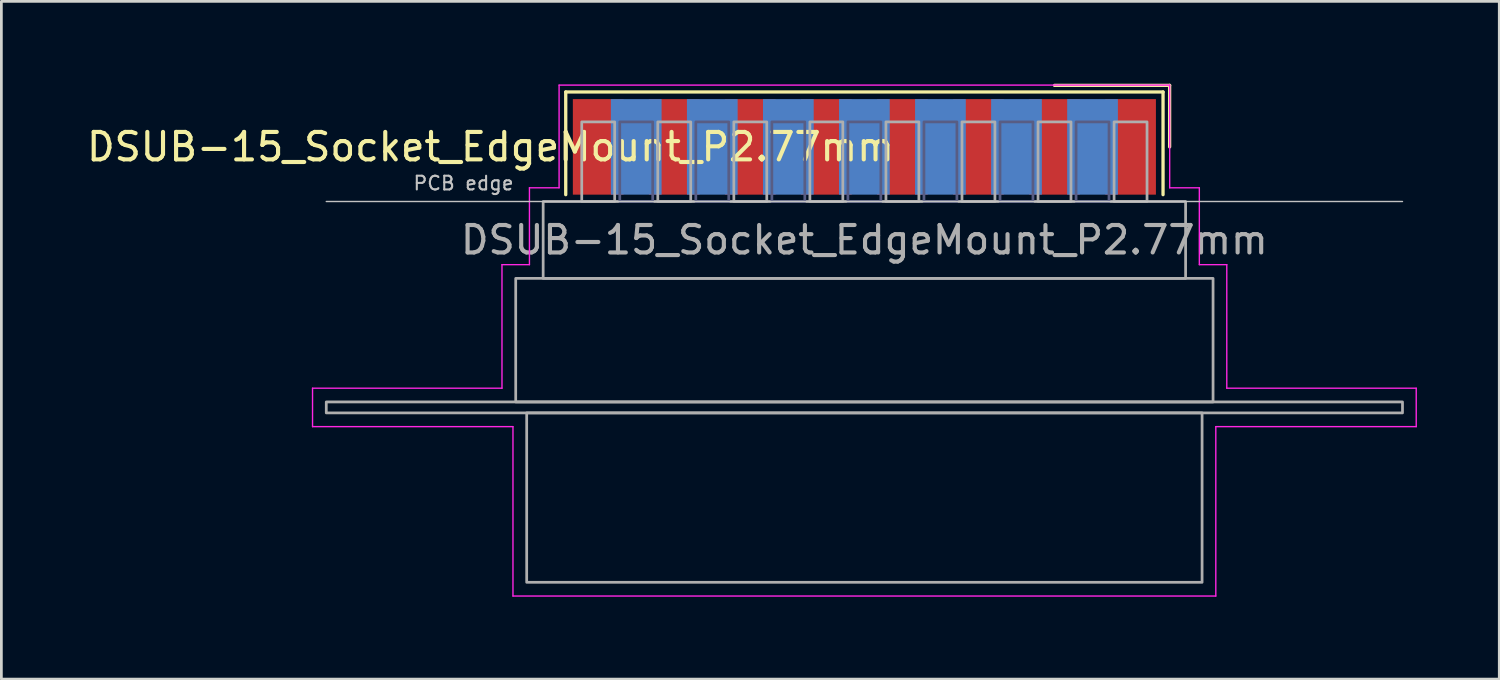
<source format=kicad_pcb>
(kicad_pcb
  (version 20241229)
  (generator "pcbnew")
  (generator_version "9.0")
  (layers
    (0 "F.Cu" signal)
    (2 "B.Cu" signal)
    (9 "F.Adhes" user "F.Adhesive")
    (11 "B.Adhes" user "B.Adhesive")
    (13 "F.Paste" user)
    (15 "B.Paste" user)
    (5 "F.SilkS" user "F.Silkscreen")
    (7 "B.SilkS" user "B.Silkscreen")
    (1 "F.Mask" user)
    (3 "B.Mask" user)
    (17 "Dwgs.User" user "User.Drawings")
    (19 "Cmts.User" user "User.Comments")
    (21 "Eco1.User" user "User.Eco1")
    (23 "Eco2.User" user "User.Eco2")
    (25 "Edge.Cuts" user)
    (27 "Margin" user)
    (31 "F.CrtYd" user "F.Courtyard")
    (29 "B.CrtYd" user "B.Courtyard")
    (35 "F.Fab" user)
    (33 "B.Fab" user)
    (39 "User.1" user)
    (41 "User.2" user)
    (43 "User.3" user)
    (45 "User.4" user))
  (footprint "DSUB-15_Socket_EdgeMount_P2.77mm"
    (layer "F.Cu")
    (at 28.434 2.3)
    (property "Reference" "DSUB-15_Socket_EdgeMount_P2.77mm" (at -13.618 0 0) (layer "F.SilkS") (effects (font (size 1 1) (thickness 0.15))))
    (attr smd)
    (fp_line (start -10.878 -2) (end -10.878 1.74) (stroke (width 0.12) (type solid)) (layer "F.SilkS"))
    (fp_line (start 10.878 -2) (end -10.878 -2) (stroke (width 0.12) (type solid)) (layer "F.SilkS"))
    (fp_line (start 10.878 1.74) (end 10.878 -2) (stroke (width 0.12) (type solid)) (layer "F.SilkS"))
    (fp_line (start 11.118 -2.24) (end 6.925 -2.24) (stroke (width 0.12) (type solid)) (layer "F.SilkS"))
    (fp_line (start 11.118 0) (end 11.118 -2.24) (stroke (width 0.12) (type solid)) (layer "F.SilkS"))
    (fp_line (start -19.6 1.99) (end 19.6 1.99) (stroke (width 0.05) (type solid)) (layer "Dwgs.User"))
    (fp_line (start -20.1 8.79) (end -13.2 8.79) (stroke (width 0.05) (type solid)) (layer "F.CrtYd"))
    (fp_line (start -20.1 10.19) (end -20.1 8.79) (stroke (width 0.05) (type solid)) (layer "F.CrtYd"))
    (fp_line (start -13.2 4.29) (end -12.2 4.29) (stroke (width 0.05) (type solid)) (layer "F.CrtYd"))
    (fp_line (start -13.2 8.79) (end -13.2 4.29) (stroke (width 0.05) (type solid)) (layer "F.CrtYd"))
    (fp_line (start -12.8 10.19) (end -20.1 10.19) (stroke (width 0.05) (type solid)) (layer "F.CrtYd"))
    (fp_line (start -12.8 16.36) (end -12.8 10.19) (stroke (width 0.05) (type solid)) (layer "F.CrtYd"))
    (fp_line (start -12.2 1.49) (end -11.12 1.49) (stroke (width 0.05) (type solid)) (layer "F.CrtYd"))
    (fp_line (start -12.2 4.29) (end -12.2 1.49) (stroke (width 0.05) (type solid)) (layer "F.CrtYd"))
    (fp_line (start -11.12 -2.25) (end 11.12 -2.25) (stroke (width 0.05) (type solid)) (layer "F.CrtYd"))
    (fp_line (start -11.12 1.49) (end -11.12 -2.25) (stroke (width 0.05) (type solid)) (layer "F.CrtYd"))
    (fp_line (start 11.12 -2.25) (end 11.12 1.49) (stroke (width 0.05) (type solid)) (layer "F.CrtYd"))
    (fp_line (start 11.12 1.49) (end 12.2 1.49) (stroke (width 0.05) (type solid)) (layer "F.CrtYd"))
    (fp_line (start 12.2 1.49) (end 12.2 4.29) (stroke (width 0.05) (type solid)) (layer "F.CrtYd"))
    (fp_line (start 12.2 4.29) (end 13.2 4.29) (stroke (width 0.05) (type solid)) (layer "F.CrtYd"))
    (fp_line (start 12.8 10.19) (end 12.8 16.36) (stroke (width 0.05) (type solid)) (layer "F.CrtYd"))
    (fp_line (start 12.8 16.36) (end -12.8 16.36) (stroke (width 0.05) (type solid)) (layer "F.CrtYd"))
    (fp_line (start 13.2 4.29) (end 13.2 8.79) (stroke (width 0.05) (type solid)) (layer "F.CrtYd"))
    (fp_line (start 13.2 8.79) (end 20.1 8.79) (stroke (width 0.05) (type solid)) (layer "F.CrtYd"))
    (fp_line (start 20.1 8.79) (end 20.1 10.19) (stroke (width 0.05) (type solid)) (layer "F.CrtYd"))
    (fp_line (start 20.1 10.19) (end 12.8 10.19) (stroke (width 0.05) (type solid)) (layer "F.CrtYd"))
    (fp_rect (start -8.91 -0.91) (end -7.71 1.99) (stroke (width 0.1) (type solid)) (fill no) (layer "B.Fab"))
    (fp_rect (start -6.14 -0.91) (end -4.94 1.99) (stroke (width 0.1) (type solid)) (fill no) (layer "B.Fab"))
    (fp_rect (start -3.37 -0.91) (end -2.17 1.99) (stroke (width 0.1) (type solid)) (fill no) (layer "B.Fab"))
    (fp_rect (start -0.6 -0.91) (end 0.6 1.99) (stroke (width 0.1) (type solid)) (fill no) (layer "B.Fab"))
    (fp_rect (start 2.17 -0.91) (end 3.37 1.99) (stroke (width 0.1) (type solid)) (fill no) (layer "B.Fab"))
    (fp_rect (start 4.94 -0.91) (end 6.14 1.99) (stroke (width 0.1) (type solid)) (fill no) (layer "B.Fab"))
    (fp_rect (start 7.71 -0.91) (end 8.91 1.99) (stroke (width 0.1) (type solid)) (fill no) (layer "B.Fab"))
    (fp_rect (start -19.6 9.29) (end 19.6 9.69) (stroke (width 0.1) (type solid)) (fill no) (layer "F.Fab"))
    (fp_rect (start -12.7 4.79) (end 12.7 9.29) (stroke (width 0.1) (type solid)) (fill no) (layer "F.Fab"))
    (fp_rect (start -12.3 9.69) (end 12.3 15.86) (stroke (width 0.1) (type solid)) (fill no) (layer "F.Fab"))
    (fp_rect (start -11.7 1.99) (end 11.7 4.79) (stroke (width 0.1) (type solid)) (fill no) (layer "F.Fab"))
    (fp_rect (start -10.295 -0.91) (end -9.095 1.99) (stroke (width 0.1) (type solid)) (fill no) (layer "F.Fab"))
    (fp_rect (start -7.525 -0.91) (end -6.325 1.99) (stroke (width 0.1) (type solid)) (fill no) (layer "F.Fab"))
    (fp_rect (start -4.755 -0.91) (end -3.555 1.99) (stroke (width 0.1) (type solid)) (fill no) (layer "F.Fab"))
    (fp_rect (start -1.985 -0.91) (end -0.785 1.99) (stroke (width 0.1) (type solid)) (fill no) (layer "F.Fab"))
    (fp_rect (start 0.785 -0.91) (end 1.985 1.99) (stroke (width 0.1) (type solid)) (fill no) (layer "F.Fab"))
    (fp_rect (start 3.555 -0.91) (end 4.755 1.99) (stroke (width 0.1) (type solid)) (fill no) (layer "F.Fab"))
    (fp_rect (start 6.325 -0.91) (end 7.525 1.99) (stroke (width 0.1) (type solid)) (fill no) (layer "F.Fab"))
    (fp_rect (start 9.095 -0.91) (end 10.295 1.99) (stroke (width 0.1) (type solid)) (fill no) (layer "F.Fab"))
    (fp_text user "PCB edge" (at -14.6 1.323 0) (layer "Dwgs.User") (effects (font (size 0.5 0.5) (thickness 0.075))))
    (fp_text user "${REFERENCE}" (at 0 3.39 0) (layer "F.Fab") (effects (font (size 1 1) (thickness 0.15))))
    (pad "1" smd rect (at 9.695 0) (size 1.847 3.48) (layers "F.Cu" "F.Mask" "F.Paste"))
    (pad "2" smd rect (at 6.925 0) (size 1.847 3.48) (layers "F.Cu" "F.Mask" "F.Paste"))
    (pad "3" smd rect (at 4.155 0) (size 1.847 3.48) (layers "F.Cu" "F.Mask" "F.Paste"))
    (pad "4" smd rect (at 1.385 0) (size 1.847 3.48) (layers "F.Cu" "F.Mask" "F.Paste"))
    (pad "5" smd rect (at -1.385 0) (size 1.847 3.48) (layers "F.Cu" "F.Mask" "F.Paste"))
    (pad "6" smd rect (at -4.155 0) (size 1.847 3.48) (layers "F.Cu" "F.Mask" "F.Paste"))
    (pad "7" smd rect (at -6.925 0) (size 1.847 3.48) (layers "F.Cu" "F.Mask" "F.Paste"))
    (pad "8" smd rect (at -9.695 0) (size 1.847 3.48) (layers "F.Cu" "F.Mask" "F.Paste"))
    (pad "9" smd rect (at 8.31 0) (size 1.847 3.48) (layers "B.Cu" "B.Mask" "B.Paste"))
    (pad "10" smd rect (at 5.54 0) (size 1.847 3.48) (layers "B.Cu" "B.Mask" "B.Paste"))
    (pad "11" smd rect (at 2.77 0) (size 1.847 3.48) (layers "B.Cu" "B.Mask" "B.Paste"))
    (pad "12" smd rect (at 0 0) (size 1.847 3.48) (layers "B.Cu" "B.Mask" "B.Paste"))
    (pad "13" smd rect (at -2.77 0) (size 1.847 3.48) (layers "B.Cu" "B.Mask" "B.Paste"))
    (pad "14" smd rect (at -5.54 0) (size 1.847 3.48) (layers "B.Cu" "B.Mask" "B.Paste"))
    (pad "15" smd rect (at -8.31 0) (size 1.847 3.48) (layers "B.Cu" "B.Mask" "B.Paste")))
  (gr_rect
    (start -3 -3)
    (end 51.559 21.685)
    (stroke (width 0.1) (type default))
    (fill no)
    (layer "Edge.Cuts")))
</source>
